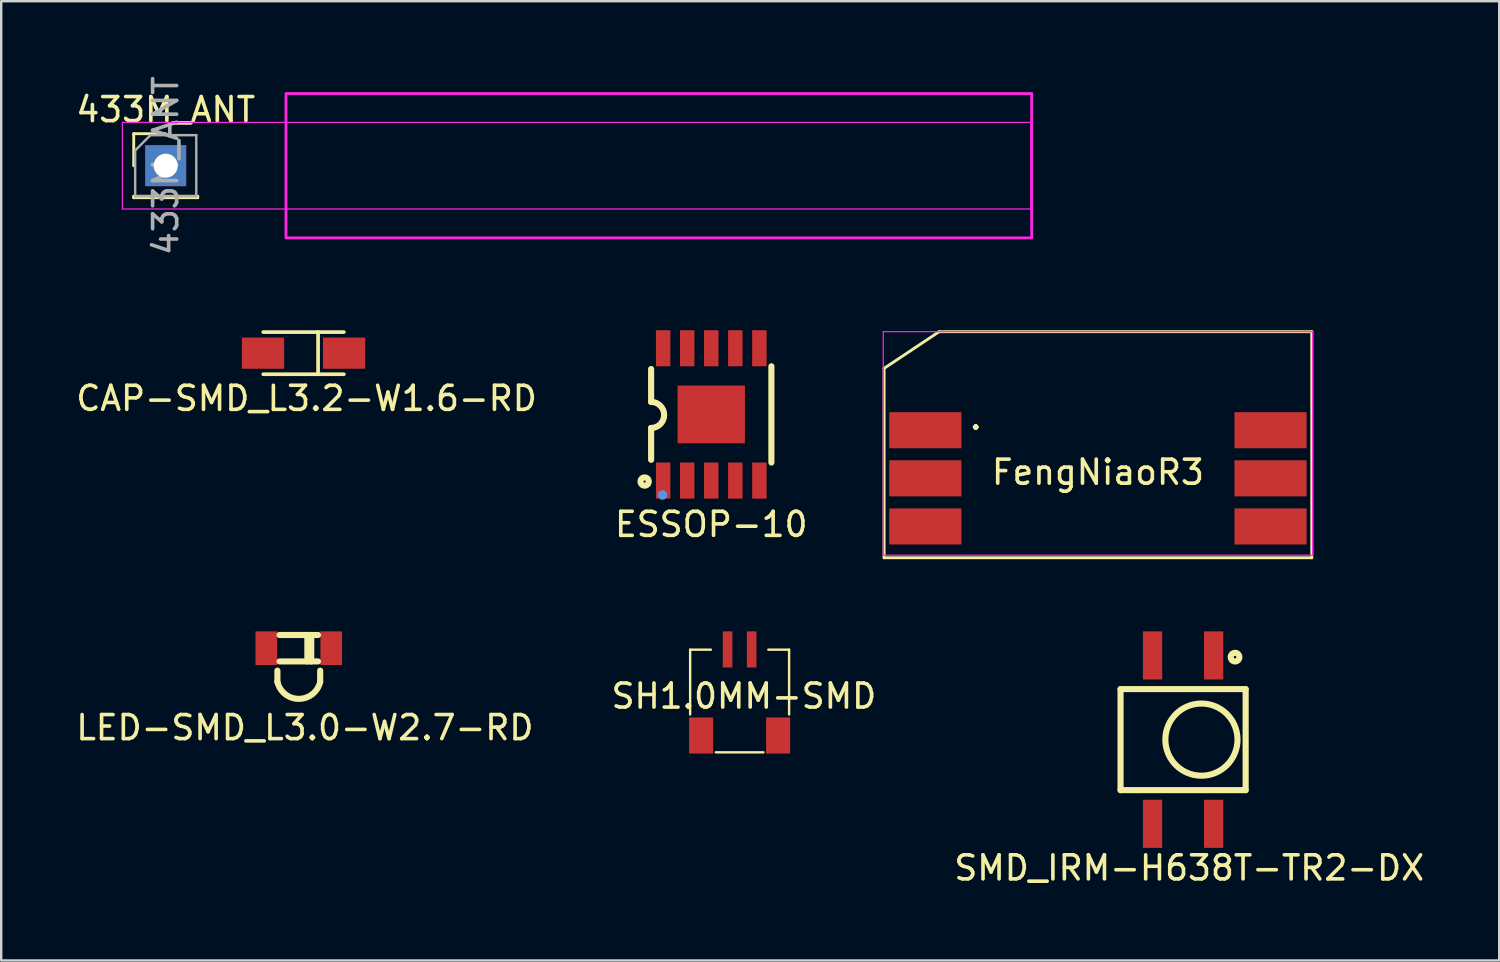
<source format=kicad_pcb>
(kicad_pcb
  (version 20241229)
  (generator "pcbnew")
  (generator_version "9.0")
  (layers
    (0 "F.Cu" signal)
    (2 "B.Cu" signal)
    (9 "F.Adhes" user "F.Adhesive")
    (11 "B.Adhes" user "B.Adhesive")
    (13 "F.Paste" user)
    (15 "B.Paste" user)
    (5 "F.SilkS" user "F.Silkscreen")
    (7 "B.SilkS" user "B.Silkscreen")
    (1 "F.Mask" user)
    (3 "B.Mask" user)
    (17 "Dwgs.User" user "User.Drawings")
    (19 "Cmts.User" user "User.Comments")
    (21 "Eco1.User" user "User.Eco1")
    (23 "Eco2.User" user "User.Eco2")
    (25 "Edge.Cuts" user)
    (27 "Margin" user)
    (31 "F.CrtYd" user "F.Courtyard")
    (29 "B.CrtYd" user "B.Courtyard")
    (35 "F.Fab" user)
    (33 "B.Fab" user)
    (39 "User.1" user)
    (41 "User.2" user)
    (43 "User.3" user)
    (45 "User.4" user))
  (footprint "433M_ANT"
    (layer "F.Cu")
    (at 3.839 3.839)
    (property "Reference" "433M_ANT" (at 0 -2.33 0) (layer "F.SilkS") (effects (font (size 1 1) (thickness 0.15))))
    (attr through_hole)
    (fp_line (start -1.33 -1.33) (end 0 -1.33) (stroke (width 0.12) (type solid)) (layer "F.SilkS"))
    (fp_line (start -1.33 0) (end -1.33 -1.33) (stroke (width 0.12) (type solid)) (layer "F.SilkS"))
    (fp_line (start -1.33 1.27) (end -1.33 1.33) (stroke (width 0.12) (type solid)) (layer "F.SilkS"))
    (fp_line (start -1.33 1.27) (end 1.33 1.27) (stroke (width 0.12) (type solid)) (layer "F.SilkS"))
    (fp_line (start -1.33 1.33) (end 1.33 1.33) (stroke (width 0.12) (type solid)) (layer "F.SilkS"))
    (fp_line (start 1.33 1.27) (end 1.33 1.33) (stroke (width 0.12) (type solid)) (layer "F.SilkS"))
    (fp_line (start -1.8 -1.8) (end -1.8 1.8) (stroke (width 0.05) (type solid)) (layer "F.CrtYd"))
    (fp_line (start -1.8 1.8) (end 35.966 1.8) (stroke (width 0.05) (type solid)) (layer "F.CrtYd"))
    (fp_line (start 35.966 -1.8) (end -1.8 -1.8) (stroke (width 0.05) (type solid)) (layer "F.CrtYd"))
    (fp_line (start 35.966 1.8) (end 35.966 -1.8) (stroke (width 0.05) (type solid)) (layer "F.CrtYd"))
    (fp_rect (start 5 3) (end 36 -3) (stroke (width 0.12) (type solid)) (fill no) (layer "F.CrtYd"))
    (fp_line (start -1.27 -0.635) (end -0.635 -1.27) (stroke (width 0.1) (type solid)) (layer "F.Fab"))
    (fp_line (start -1.27 1.27) (end -1.27 -0.635) (stroke (width 0.1) (type solid)) (layer "F.Fab"))
    (fp_line (start -0.635 -1.27) (end 1.27 -1.27) (stroke (width 0.1) (type solid)) (layer "F.Fab"))
    (fp_line (start 1.27 -1.27) (end 1.27 1.27) (stroke (width 0.1) (type solid)) (layer "F.Fab"))
    (fp_line (start 1.27 1.27) (end -1.27 1.27) (stroke (width 0.1) (type solid)) (layer "F.Fab"))
    (fp_text user "${REFERENCE}" (at 0 0 90) (layer "F.Fab") (effects (font (size 1 1) (thickness 0.15))))
    (pad "1" thru_hole rect (at 0 0) (size 1.7 1.7) (drill 1) (layers "*.Cu" "*.Mask")))
  (footprint "ESSOP-10"
    (layer "F.Cu")
    (at 26.518 14.178)
    (property "Reference" "ESSOP-10" (at 0 4.572 0) (layer "F.SilkS") (effects (font (size 1 1) (thickness 0.15))))
    (attr through_hole)
    (fp_line (start -2.5 -0.52) (end -2.5 -1.887) (stroke (width 0.254) (type solid)) (layer "F.SilkS"))
    (fp_line (start -2.5 1.887) (end -2.5 0.564) (stroke (width 0.254) (type solid)) (layer "F.SilkS"))
    (fp_line (start 2.5 -2) (end 2.5 2) (stroke (width 0.254) (type solid)) (layer "F.SilkS"))
    (fp_arc (start -2.500122 -0.519963) (mid -1.962514 0.021716) (end -2.500503 0.563016) (stroke (width 0.254) (type solid)) (layer "F.SilkS"))
    (fp_circle (center -2.77 2.79) (end -2.77 2.961) (stroke (width 0.254) (type solid)) (fill no) (layer "F.SilkS"))
    (fp_circle (center -2.03 3.35) (end -2.03 3.45) (stroke (width 0.2) (type solid)) (fill no) (layer "Cmts.User"))
    (pad "0" smd rect (at -0.000229 0.000152 180) (size 2.8 2.4) (layers "F.Cu" "F.Mask" "F.Paste"))
    (pad "1" smd rect (at -2 2.75) (size 0.6 1.5) (layers "F.Cu" "F.Mask" "F.Paste"))
    (pad "2" smd rect (at -1 2.75) (size 0.6 1.5) (layers "F.Cu" "F.Mask" "F.Paste"))
    (pad "3" smd rect (at -0.000229 2.75) (size 0.6 1.5) (layers "F.Cu" "F.Mask" "F.Paste"))
    (pad "4" smd rect (at 1 2.75) (size 0.6 1.5) (layers "F.Cu" "F.Mask" "F.Paste"))
    (pad "5" smd rect (at 2 2.75) (size 0.6 1.5) (layers "F.Cu" "F.Mask" "F.Paste"))
    (pad "6" smd rect (at 2 -2.75) (size 0.6 1.5) (layers "F.Cu" "F.Mask" "F.Paste"))
    (pad "7" smd rect (at 1 -2.75) (size 0.6 1.5) (layers "F.Cu" "F.Mask" "F.Paste"))
    (pad "8" smd rect (at -0.000229 -2.75) (size 0.6 1.5) (layers "F.Cu" "F.Mask" "F.Paste"))
    (pad "9" smd rect (at -1 -2.75) (size 0.6 1.5) (layers "F.Cu" "F.Mask" "F.Paste"))
    (pad "10" smd rect (at -2 -2.75) (size 0.6 1.5) (layers "F.Cu" "F.Mask" "F.Paste")))
  (footprint "FengNiaoR3"
    (layer "F.Cu")
    (at 42.339 15.819)
    (property "Reference" "FengNiaoR3" (at 0.254 0.762 180) (layer "F.SilkS") (effects (font (size 1 1) (thickness 0.15))))
    (attr smd)
    (fp_line (start -8.636 -3.556) (end -6.35 -5.08) (stroke (width 0.12) (type solid)) (layer "F.SilkS"))
    (fp_line (start -8.636 4.318) (end -8.636 -3.556) (stroke (width 0.12) (type solid)) (layer "F.SilkS"))
    (fp_line (start -6.35 -5.08) (end 9.144 -5.08) (stroke (width 0.12) (type solid)) (layer "F.SilkS"))
    (fp_line (start 9.144 -5.08) (end 9.144 4.318) (stroke (width 0.12) (type solid)) (layer "F.SilkS"))
    (fp_line (start 9.144 4.318) (end -8.636 4.318) (stroke (width 0.12) (type solid)) (layer "F.SilkS"))
    (fp_line (start -8.671 -5.08) (end 9.179 -5.08) (stroke (width 0.05) (type solid)) (layer "F.CrtYd"))
    (fp_line (start -8.671 4.21) (end -8.671 -5.08) (stroke (width 0.05) (type solid)) (layer "F.CrtYd"))
    (fp_line (start 9.179 -5.08) (end 9.179 4.21) (stroke (width 0.05) (type solid)) (layer "F.CrtYd"))
    (fp_line (start 9.179 4.21) (end -8.671 4.21) (stroke (width 0.05) (type solid)) (layer "F.CrtYd"))
    (fp_text user "." (at -4.826 -1.524 0) (layer "F.SilkS") (effects (font (size 1 1) (thickness 0.15))))
    (pad "1" smd rect (at -6.921 -0.984 90) (size 1.5 3) (layers "F.Cu" "F.Mask" "F.Paste"))
    (pad "2" smd rect (at -6.921 1.016 90) (size 1.5 3) (layers "F.Cu" "F.Mask" "F.Paste"))
    (pad "3" smd rect (at -6.921 3.016 90) (size 1.5 3) (layers "F.Cu" "F.Mask" "F.Paste"))
    (pad "4" smd rect (at 7.429 3.016 90) (size 1.5 3) (layers "F.Cu" "F.Mask" "F.Paste"))
    (pad "5" smd rect (at 7.429 1.016 90) (size 1.5 3) (layers "F.Cu" "F.Mask" "F.Paste"))
    (pad "6" smd rect (at 7.429 -0.984 90) (size 1.5 3) (layers "F.Cu" "F.Mask" "F.Paste")))
  (footprint "LED-SMD_L3.0-W2.7-RD"
    (layer "F.Cu")
    (at 9.371 23.897)
    (property "Reference" "LED-SMD_L3.0-W2.7-RD" (at 0.254 3.302 0) (layer "F.SilkS") (effects (font (size 1 1) (thickness 0.15))))
    (attr through_hole)
    (fp_line (start -0.889 1.397) (end -0.889 0.931) (stroke (width 0.254) (type solid)) (layer "F.SilkS"))
    (fp_line (start -0.8 -0.55) (end 0.8 -0.55) (stroke (width 0.254) (type solid)) (layer "F.SilkS"))
    (fp_line (start -0.8 0.55) (end 0.8 0.55) (stroke (width 0.254) (type solid)) (layer "F.SilkS"))
    (fp_line (start 0.357 -0.55) (end 0.357 0.55) (stroke (width 0.254) (type solid)) (layer "F.SilkS"))
    (fp_line (start 0.517 -0.55) (end 0.517 0.55) (stroke (width 0.254) (type solid)) (layer "F.SilkS"))
    (fp_line (start 0.889 1.397) (end 0.889 0.931) (stroke (width 0.254) (type solid)) (layer "F.SilkS"))
    (fp_arc (start 0.889 1.397) (mid 0 2.105519) (end -0.889 1.397) (stroke (width 0.254) (type solid)) (layer "F.SilkS"))
    (pad "1" smd rect (at -1.35 0 90) (size 1.4 0.9) (layers "F.Cu" "F.Mask" "F.Paste"))
    (pad "2" smd rect (at 1.35 0 90) (size 1.4 0.9) (layers "F.Cu" "F.Mask" "F.Paste")))
  (footprint "SH1.0MM-SMD"
    (layer "F.Cu")
    (at 27.697 26.777)
    (property "Reference" "SH1.0MM-SMD" (at 0.178 -0.889 0) (unlocked yes) (layer "F.SilkS") (effects (font (size 1 1) (thickness 0.15))))
    (fp_line (start -2.057 -2.819) (end -1.194 -2.819) (stroke (width 0.1) (type solid)) (layer "F.SilkS"))
    (fp_line (start -2.057 -0.127) (end -2.057 -2.819) (stroke (width 0.1) (type solid)) (layer "F.SilkS"))
    (fp_line (start 0.991 1.448) (end -0.991 1.448) (stroke (width 0.1) (type solid)) (layer "F.SilkS"))
    (fp_line (start 2.057 -2.819) (end 1.194 -2.819) (stroke (width 0.1) (type solid)) (layer "F.SilkS"))
    (fp_line (start 2.057 -0.127) (end 2.057 -2.819) (stroke (width 0.1) (type solid)) (layer "F.SilkS"))
    (pad "" smd rect (at -1.6 0.75) (size 1 1.5) (layers "F.Cu" "F.Mask" "F.Paste"))
    (pad "" smd rect (at 1.6 0.75) (size 1 1.5) (layers "F.Cu" "F.Mask" "F.Paste"))
    (pad "1" smd rect (at -0.5 -2.83) (size 0.4 1.5) (layers "F.Cu" "F.Mask" "F.Paste"))
    (pad "2" smd rect (at 0.5 -2.83) (size 0.4 1.5) (layers "F.Cu" "F.Mask" "F.Paste")))
  (footprint "CAP-SMD_L3.2-W1.6-RD"
    (layer "F.Cu")
    (at 9.569 11.631)
    (property "Reference" "CAP-SMD_L3.2-W1.6-RD" (at 0.127 1.88 0) (layer "F.SilkS") (effects (font (size 1 1) (thickness 0.15))))
    (attr through_hole)
    (fp_line (start -1.676 -0.876) (end 1.676 -0.876) (stroke (width 0.152) (type solid)) (layer "F.SilkS"))
    (fp_line (start -1.676 0.876) (end 1.676 0.876) (stroke (width 0.152) (type solid)) (layer "F.SilkS"))
    (fp_line (start 0.604 -0.876) (end 0.604 0.876) (stroke (width 0.152) (type solid)) (layer "F.SilkS"))
    (pad "1" smd rect (at 1.686 0) (size 1.758 1.296) (layers "F.Cu" "F.Mask" "F.Paste"))
    (pad "2" smd rect (at -1.686 0) (size 1.758 1.296) (layers "F.Cu" "F.Mask" "F.Paste")))
  (footprint "SMD_IRM-H638T-TR2-DX"
    (layer "F.Cu")
    (at 46.133 27.697)
    (property "Reference" "SMD_IRM-H638T-TR2-DX" (at 0.254 5.334 0) (layer "F.SilkS") (effects (font (size 1 1) (thickness 0.15))))
    (attr through_hole)
    (fp_line (start -2.6 -2.1) (end 2.6 -2.1) (stroke (width 0.254) (type solid)) (layer "F.SilkS"))
    (fp_line (start -2.6 2.1) (end -2.6 -2.1) (stroke (width 0.254) (type solid)) (layer "F.SilkS"))
    (fp_line (start 2.6 -2.1) (end 2.6 2.1) (stroke (width 0.254) (type solid)) (layer "F.SilkS"))
    (fp_line (start 2.6 2.1) (end -2.6 2.1) (stroke (width 0.254) (type solid)) (layer "F.SilkS"))
    (fp_circle (center 0.762 0) (end 0.762 1.5) (stroke (width 0.254) (type solid)) (fill no) (layer "F.SilkS"))
    (fp_circle (center 2.159 -3.429) (end 2.159 -3.249) (stroke (width 0.254) (type solid)) (fill no) (layer "F.SilkS"))
    (pad "1" smd rect (at 1.27 -3.5) (size 0.8 2) (layers "F.Cu" "F.Mask" "F.Paste"))
    (pad "2" smd rect (at -1.27 -3.5) (size 0.8 2) (layers "F.Cu" "F.Mask" "F.Paste"))
    (pad "3" smd rect (at -1.27 3.5) (size 0.8 2) (layers "F.Cu" "F.Mask" "F.Paste"))
    (pad "4" smd rect (at 1.27 3.5) (size 0.8 2) (layers "F.Cu" "F.Mask" "F.Paste")))
  (gr_rect
    (start -3 -3)
    (end 59.274 36.879)
    (stroke (width 0.1) (type default))
    (fill no)
    (layer "Edge.Cuts")))
</source>
